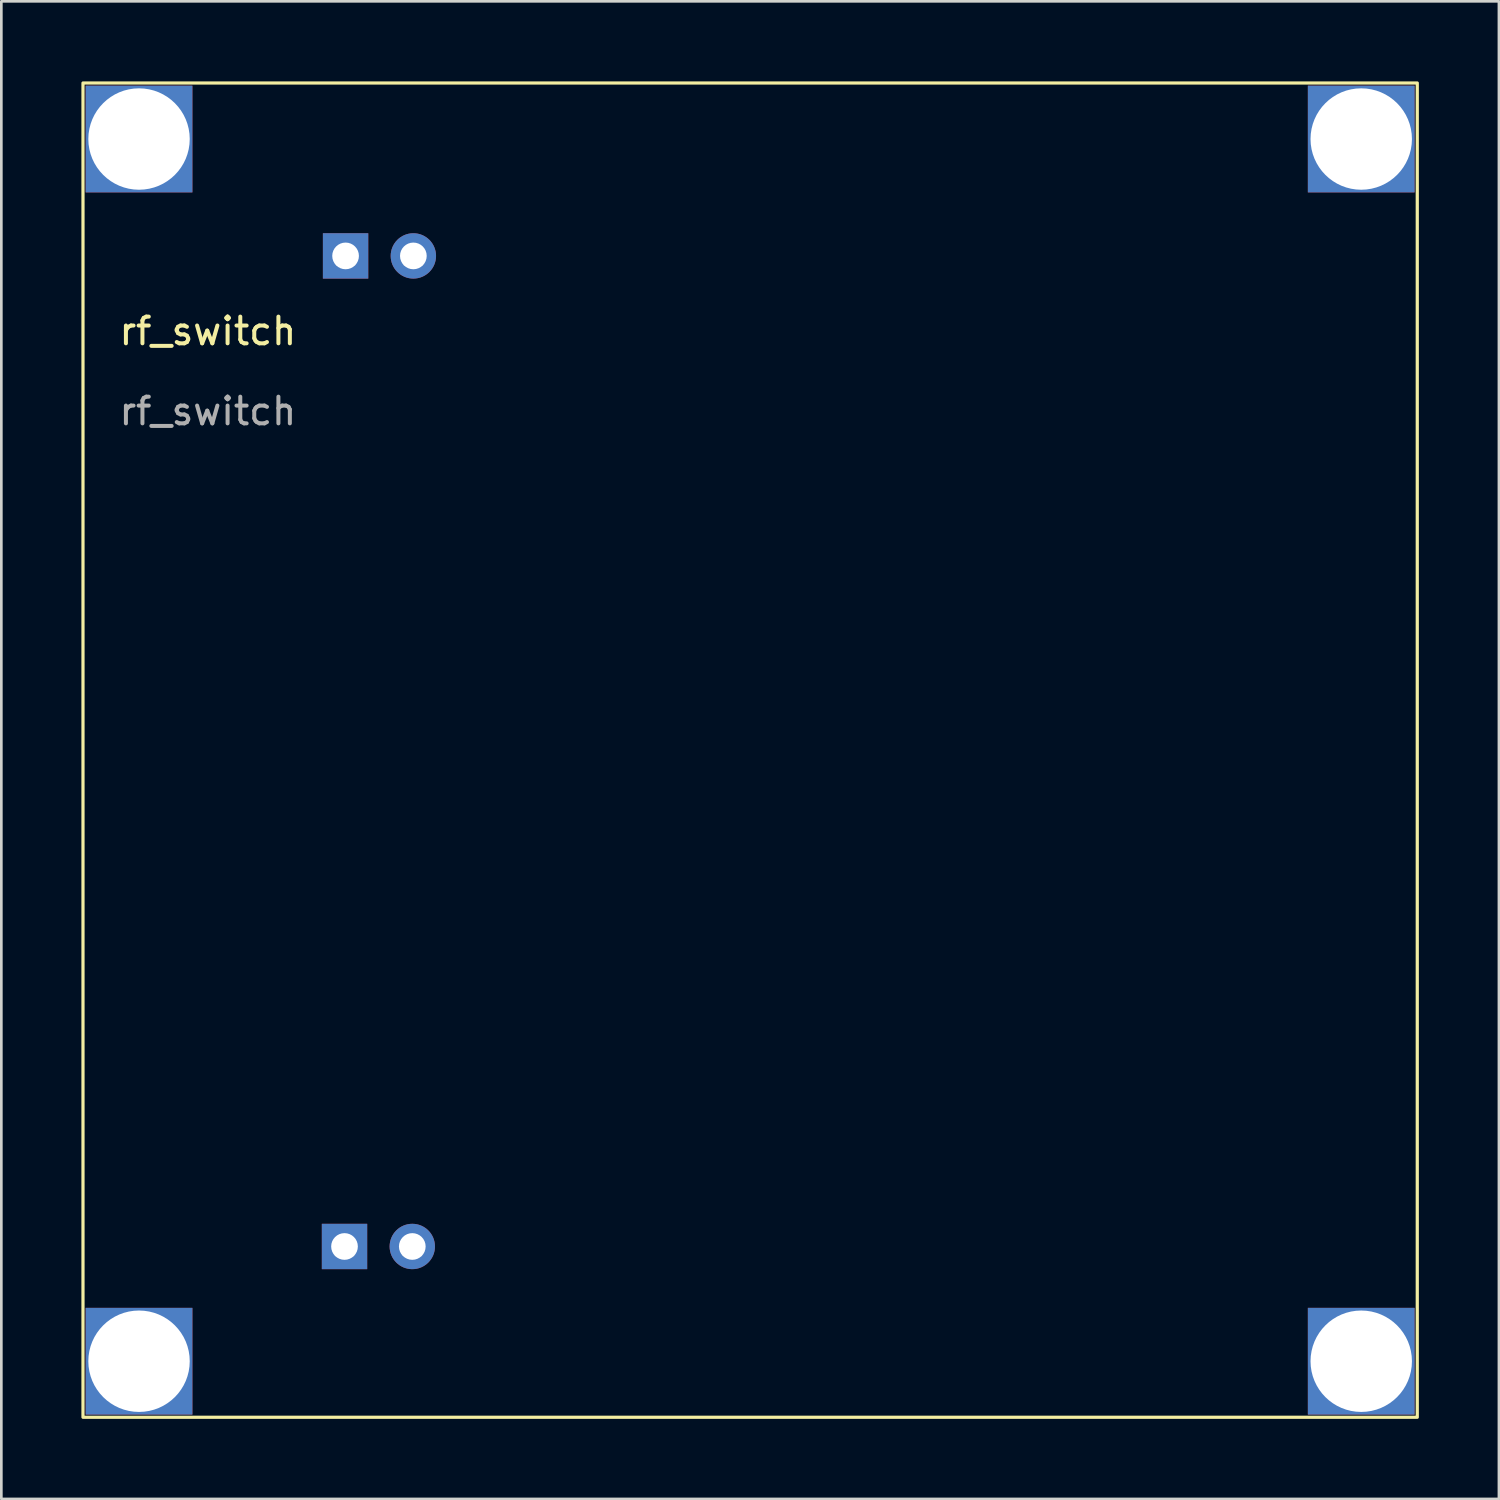
<source format=kicad_pcb>
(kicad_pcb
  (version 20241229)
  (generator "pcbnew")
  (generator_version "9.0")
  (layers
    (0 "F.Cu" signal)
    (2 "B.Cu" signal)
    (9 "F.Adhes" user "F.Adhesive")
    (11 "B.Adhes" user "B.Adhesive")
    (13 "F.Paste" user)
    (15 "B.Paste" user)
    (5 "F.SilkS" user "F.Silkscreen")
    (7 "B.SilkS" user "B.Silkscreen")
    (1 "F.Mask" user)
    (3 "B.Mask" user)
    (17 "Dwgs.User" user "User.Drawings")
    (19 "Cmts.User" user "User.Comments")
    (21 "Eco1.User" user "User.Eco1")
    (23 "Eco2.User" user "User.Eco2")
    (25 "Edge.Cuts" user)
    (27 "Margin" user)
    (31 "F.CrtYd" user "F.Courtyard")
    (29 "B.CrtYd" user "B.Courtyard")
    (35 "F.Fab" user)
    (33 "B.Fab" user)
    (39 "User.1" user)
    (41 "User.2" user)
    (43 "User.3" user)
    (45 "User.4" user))
  (footprint "rf_switch"
    (layer "F.Cu")
    (at 25.06 25.06)
    (property "Reference" "rf_switch" (at -20.32 -15.7 0) (unlocked yes) (layer "F.SilkS") (effects (font (size 1 1) (thickness 0.15))))
    (attr smd)
    (fp_rect (start -25 -25) (end 25 25) (stroke (width 0.12) (type solid)) (fill no) (layer "F.SilkS"))
    (fp_line (start -15.52 18.92) (end -14.88 18.92) (stroke (width 0.1) (type solid)) (layer "F.Fab"))
    (fp_line (start -15.48 -18.2) (end -14.84 -18.2) (stroke (width 0.1) (type solid)) (layer "F.Fab"))
    (fp_line (start -12.98 18.92) (end -12.34 18.92) (stroke (width 0.1) (type solid)) (layer "F.Fab"))
    (fp_line (start -12.94 -18.2) (end -12.3 -18.2) (stroke (width 0.1) (type solid)) (layer "F.Fab"))
    (fp_text user "${REFERENCE}" (at -20.32 -12.7 0) (unlocked yes) (layer "F.Fab") (effects (font (size 1 1) (thickness 0.15))))
    (pad "1" thru_hole rect (at -15.2 18.6 90) (size 1.7 1.7) (drill 1) (layers "*.Cu" "*.Mask"))
    (pad "2" thru_hole oval (at -12.66 18.6 90) (size 1.7 1.7) (drill 1) (layers "*.Cu" "*.Mask"))
    (pad "3" thru_hole rect (at -15.16 -18.52 90) (size 1.7 1.7) (drill 1) (layers "*.Cu" "*.Mask"))
    (pad "4" thru_hole oval (at -12.62 -18.52 90) (size 1.7 1.7) (drill 1) (layers "*.Cu" "*.Mask"))
    (pad "8" thru_hole rect (at -22.9 -22.9 90) (size 4 4) (drill 3.8) (layers "*.Cu" "*.Mask"))
    (pad "8" thru_hole rect (at -22.9 22.9 90) (size 4 4) (drill 3.8) (layers "*.Cu" "*.Mask"))
    (pad "8" thru_hole rect (at 22.9 -22.9 90) (size 4 4) (drill 3.8) (layers "*.Cu" "*.Mask"))
    (pad "8" thru_hole rect (at 22.9 22.9 90) (size 4 4) (drill 3.8) (layers "*.Cu" "*.Mask")))
  (gr_rect
    (start -3 -3)
    (end 53.12 53.12)
    (stroke (width 0.1) (type default))
    (fill no)
    (layer "Edge.Cuts")))
</source>
